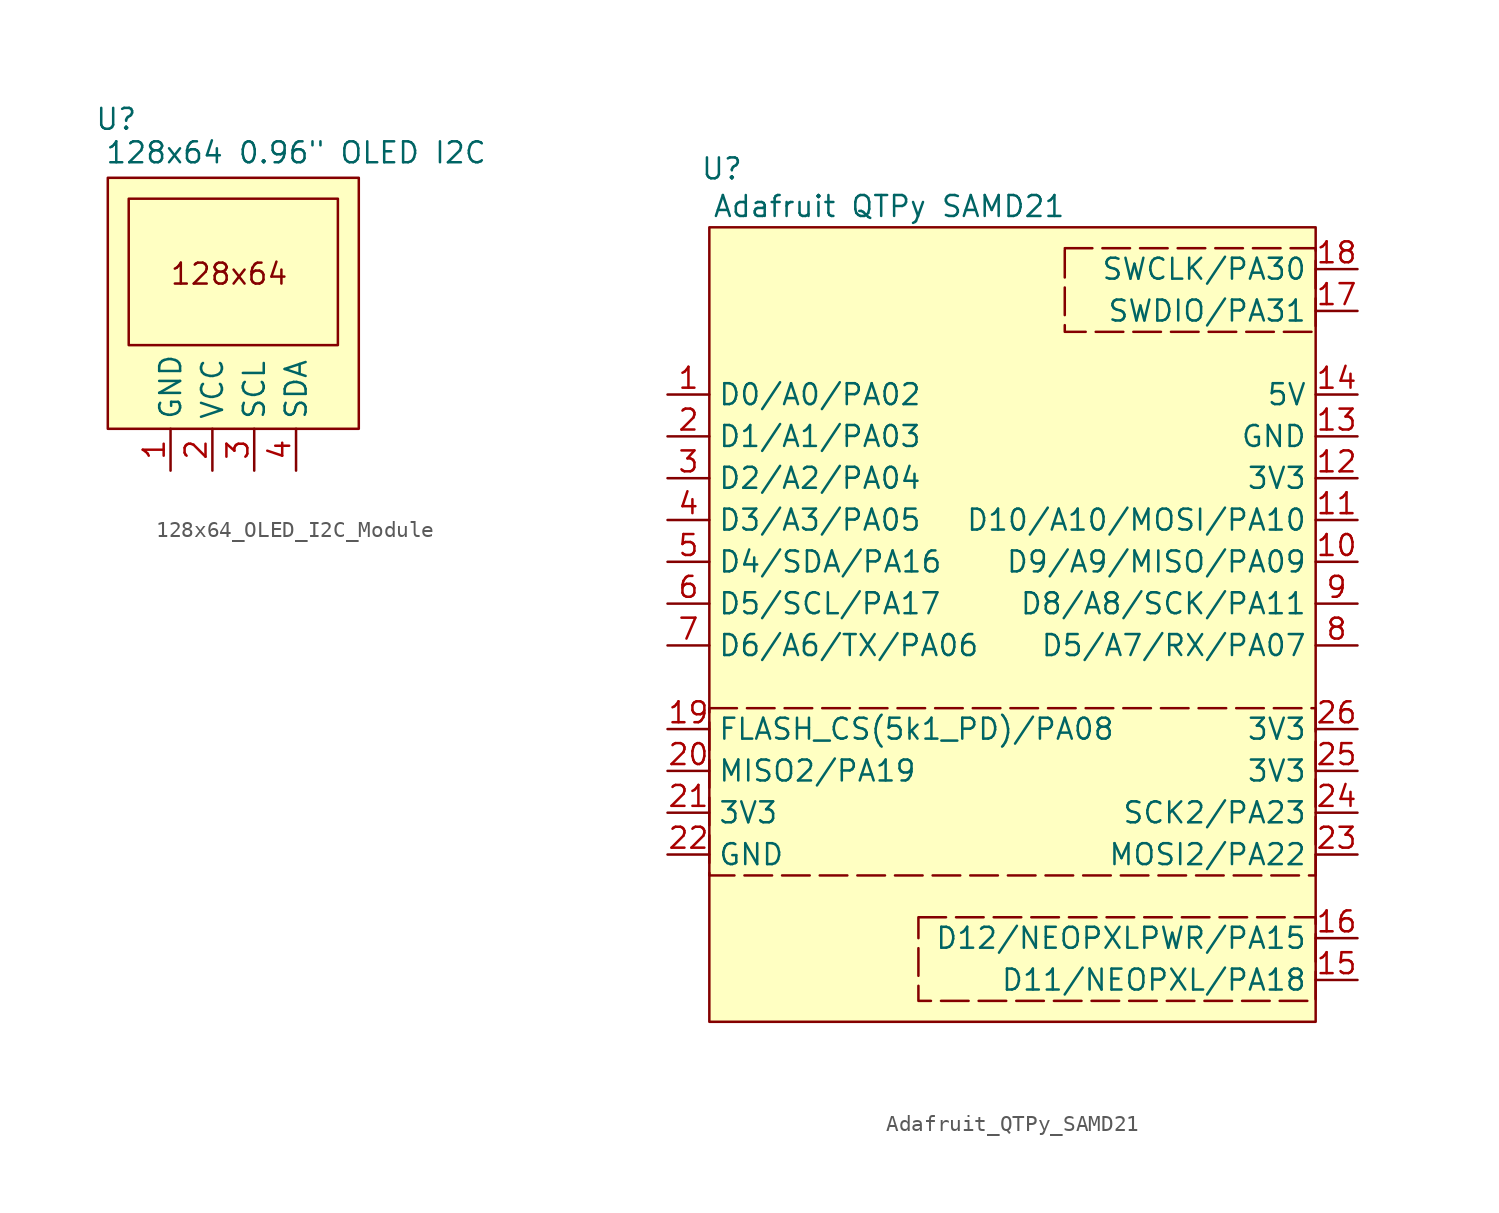
<source format=kicad_sym>
(kicad_symbol_lib
  (version 20231120)
  (generator "kicad_symbol_editor")
  (generator_version "8.0")
  (symbol "128x64_OLED_I2C_Module"
    (property "Reference" "U"
      (at 0.508 3.556 0)
      (effects (font (size 1.27 1.27))))
    (property "Value" "128x64 0.96\" OLED I2C"
      (at 11.43 1.524 0)
      (effects (font (size 1.27 1.27))))
    (symbol "128x64_OLED_I2C_Module_0_1"
      (rectangle (start 0 0) (end 15.24 -15.24) (stroke (width 0) (type default)) (fill (type background)))
      (rectangle (start 1.27 -10.16) (end 13.97 -1.27) (stroke (width 0) (type default)) (fill (type none))))
    (symbol "128x64_OLED_I2C_Module_1_1"
      (text "128x64" (at 7.366 -5.842 0) (effects (font (size 1.27 1.27))))
      (pin power_in line (at 3.81 -17.78 90) (length 2.54) (name "GND" (effects (font (size 1.27 1.27)))) (number "1" (effects (font (size 1.27 1.27)))))
      (pin power_in line (at 6.35 -17.78 90) (length 2.54) (name "VCC" (effects (font (size 1.27 1.27)))) (number "2" (effects (font (size 1.27 1.27)))))
      (pin input line (at 8.89 -17.78 90) (length 2.54) (name "SCL" (effects (font (size 1.27 1.27)))) (number "3" (effects (font (size 1.27 1.27)))))
      (pin input line (at 11.43 -17.78 90) (length 2.54) (name "SDA" (effects (font (size 1.27 1.27)))) (number "4" (effects (font (size 1.27 1.27)))))))
  (symbol "Adafruit_QTPy_SAMD21"
    (property "Reference" "U"
      (at 0.762 3.556 0)
      (effects (font (size 1.27 1.27))))
    (property "Value" "Adafruit QTPy SAMD21"
      (at 10.922 1.27 0)
      (effects (font (size 1.27 1.27))))
    (symbol "Adafruit_QTPy_SAMD21_0_1"
      (rectangle (start 0 -29.21) (end 36.83 -39.37) (stroke (width 0) (type dash)) (fill (type none)))
      (rectangle (start 0 0) (end 36.83 -48.26) (stroke (width 0) (type default)) (fill (type background)))
      (rectangle (start 12.7 -41.91) (end 36.83 -46.99) (stroke (width 0) (type dash)) (fill (type none)))
      (rectangle (start 21.59 -1.27) (end 36.83 -6.35) (stroke (width 0) (type dash)) (fill (type none))))
    (symbol "Adafruit_QTPy_SAMD21_1_1"
      (pin bidirectional line (at -2.54 -10.16 0) (length 2.54) (name "D0/A0/PA02" (effects (font (size 1.27 1.27)))) (number "1" (effects (font (size 1.27 1.27)))))
      (pin bidirectional line (at 39.37 -20.32 180) (length 2.54) (name "D9/A9/MISO/PA09" (effects (font (size 1.27 1.27)))) (number "10" (effects (font (size 1.27 1.27)))))
      (pin bidirectional line (at 39.37 -17.78 180) (length 2.54) (name "D10/A10/MOSI/PA10" (effects (font (size 1.27 1.27)))) (number "11" (effects (font (size 1.27 1.27)))))
      (pin power_out line (at 39.37 -15.24 180) (length 2.54) (name "3V3" (effects (font (size 1.27 1.27)))) (number "12" (effects (font (size 1.27 1.27)))))
      (pin power_out line (at 39.37 -12.7 180) (length 2.54) (name "GND" (effects (font (size 1.27 1.27)))) (number "13" (effects (font (size 1.27 1.27)))))
      (pin power_out line (at 39.37 -10.16 180) (length 2.54) (name "5V" (effects (font (size 1.27 1.27)))) (number "14" (effects (font (size 1.27 1.27)))))
      (pin bidirectional line (at 39.37 -45.72 180) (length 2.54) (name "D11/NEOPXL/PA18" (effects (font (size 1.27 1.27)))) (number "15" (effects (font (size 1.27 1.27)))))
      (pin bidirectional line (at 39.37 -43.18 180) (length 2.54) (name "D12/NEOPXLPWR/PA15" (effects (font (size 1.27 1.27)))) (number "16" (effects (font (size 1.27 1.27)))))
      (pin bidirectional line (at 39.37 -5.08 180) (length 2.54) (name "SWDIO/PA31" (effects (font (size 1.27 1.27)))) (number "17" (effects (font (size 1.27 1.27)))))
      (pin bidirectional line (at 39.37 -2.54 180) (length 2.54) (name "SWCLK/PA30" (effects (font (size 1.27 1.27)))) (number "18" (effects (font (size 1.27 1.27)))))
      (pin bidirectional line (at -2.54 -30.48 0) (length 2.54) (name "FLASH_CS(5k1_PD)/PA08" (effects (font (size 1.27 1.27)))) (number "19" (effects (font (size 1.27 1.27)))))
      (pin bidirectional line (at -2.54 -12.7 0) (length 2.54) (name "D1/A1/PA03" (effects (font (size 1.27 1.27)))) (number "2" (effects (font (size 1.27 1.27)))))
      (pin bidirectional line (at -2.54 -33.02 0) (length 2.54) (name "MISO2/PA19" (effects (font (size 1.27 1.27)))) (number "20" (effects (font (size 1.27 1.27)))))
      (pin power_out line (at -2.54 -35.56 0) (length 2.54) (name "3V3" (effects (font (size 1.27 1.27)))) (number "21" (effects (font (size 1.27 1.27)))))
      (pin power_out line (at -2.54 -38.1 0) (length 2.54) (name "GND" (effects (font (size 1.27 1.27)))) (number "22" (effects (font (size 1.27 1.27)))))
      (pin bidirectional line (at 39.37 -38.1 180) (length 2.54) (name "MOSI2/PA22" (effects (font (size 1.27 1.27)))) (number "23" (effects (font (size 1.27 1.27)))))
      (pin bidirectional line (at 39.37 -35.56 180) (length 2.54) (name "SCK2/PA23" (effects (font (size 1.27 1.27)))) (number "24" (effects (font (size 1.27 1.27)))))
      (pin power_out line (at 39.37 -33.02 180) (length 2.54) (name "3V3" (effects (font (size 1.27 1.27)))) (number "25" (effects (font (size 1.27 1.27)))))
      (pin power_out line (at 39.37 -30.48 180) (length 2.54) (name "3V3" (effects (font (size 1.27 1.27)))) (number "26" (effects (font (size 1.27 1.27)))))
      (pin bidirectional line (at -2.54 -15.24 0) (length 2.54) (name "D2/A2/PA04" (effects (font (size 1.27 1.27)))) (number "3" (effects (font (size 1.27 1.27)))))
      (pin bidirectional line (at -2.54 -17.78 0) (length 2.54) (name "D3/A3/PA05" (effects (font (size 1.27 1.27)))) (number "4" (effects (font (size 1.27 1.27)))))
      (pin bidirectional line (at -2.54 -20.32 0) (length 2.54) (name "D4/SDA/PA16" (effects (font (size 1.27 1.27)))) (number "5" (effects (font (size 1.27 1.27)))))
      (pin bidirectional line (at -2.54 -22.86 0) (length 2.54) (name "D5/SCL/PA17" (effects (font (size 1.27 1.27)))) (number "6" (effects (font (size 1.27 1.27)))))
      (pin bidirectional line (at -2.54 -25.4 0) (length 2.54) (name "D6/A6/TX/PA06" (effects (font (size 1.27 1.27)))) (number "7" (effects (font (size 1.27 1.27)))))
      (pin bidirectional line (at 39.37 -25.4 180) (length 2.54) (name "D5/A7/RX/PA07" (effects (font (size 1.27 1.27)))) (number "8" (effects (font (size 1.27 1.27)))))
      (pin bidirectional line (at 39.37 -22.86 180) (length 2.54) (name "D8/A8/SCK/PA11" (effects (font (size 1.27 1.27)))) (number "9" (effects (font (size 1.27 1.27))))))))
</source>
